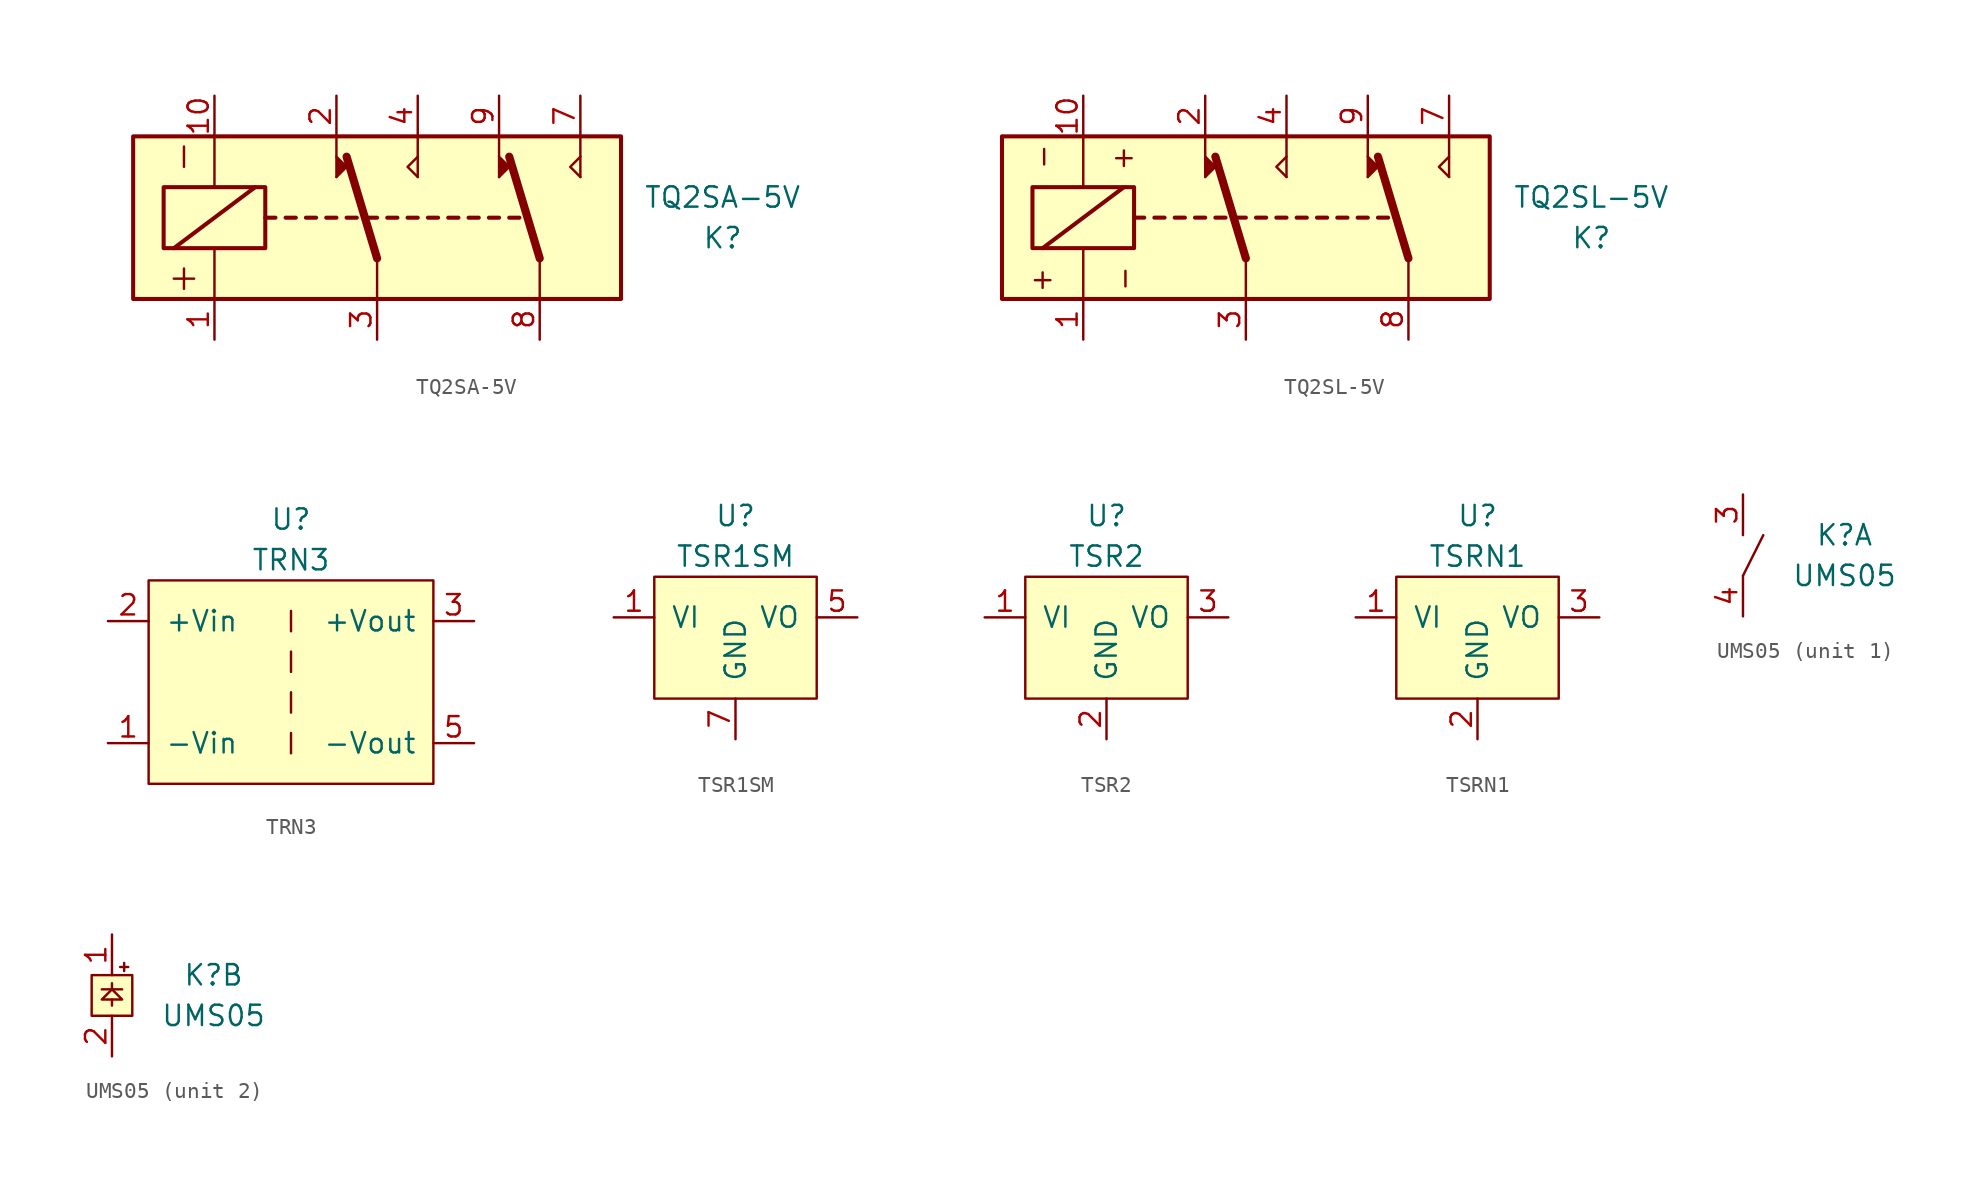
<source format=kicad_sym>
(kicad_symbol_lib
  (version 20211014)
  (generator kicad_symbol_editor)
  (symbol "TQ2SA-5V"
    (pin_names
      (offset 1.016))
    (property "Reference" "K"
      (at 21.59 -1.27 0)
      (effects (font (size 1.27 1.27))))
    (property "Value" "TQ2SA-5V"
      (at 21.59 1.27 0)
      (effects (font (size 1.27 1.27))))
    (symbol "TQ2SA-5V_0_1"
      (polyline (pts (xy -12.7 -3.81) (xy -11.43 -3.81)) (stroke (width 0) (type default) (color 0 0 0 0)) (fill (type none)))
      (polyline (pts (xy -12.065 -3.175) (xy -12.065 -4.445)) (stroke (width 0) (type default) (color 0 0 0 0)) (fill (type none)))
      (polyline (pts (xy -12.065 4.445) (xy -12.065 3.175)) (stroke (width 0) (type default) (color 0 0 0 0)) (fill (type none))))
    (symbol "TQ2SA-5V_1_1"
      (rectangle (start -15.24 5.08) (end 15.24 -5.08) (stroke (width 0.254) (type default) (color 0 0 0 0)) (fill (type background)))
      (rectangle (start -13.335 1.905) (end -6.985 -1.905) (stroke (width 0.254) (type default) (color 0 0 0 0)) (fill (type none)))
      (polyline (pts (xy -12.7 -1.905) (xy -7.62 1.905)) (stroke (width 0.254) (type default) (color 0 0 0 0)) (fill (type none)))
      (polyline (pts (xy -10.16 -5.08) (xy -10.16 -1.905)) (stroke (width 0) (type default) (color 0 0 0 0)) (fill (type none)))
      (polyline (pts (xy -10.16 5.08) (xy -10.16 1.905)) (stroke (width 0) (type default) (color 0 0 0 0)) (fill (type none)))
      (polyline (pts (xy -6.985 0) (xy -6.35 0)) (stroke (width 0.254) (type default) (color 0 0 0 0)) (fill (type none)))
      (polyline (pts (xy -5.715 0) (xy -5.08 0)) (stroke (width 0.254) (type default) (color 0 0 0 0)) (fill (type none)))
      (polyline (pts (xy -4.445 0) (xy -3.81 0)) (stroke (width 0.254) (type default) (color 0 0 0 0)) (fill (type none)))
      (polyline (pts (xy -3.175 0) (xy -2.54 0)) (stroke (width 0.254) (type default) (color 0 0 0 0)) (fill (type none)))
      (polyline (pts (xy -2.54 2.54) (xy -2.54 5.08)) (stroke (width 0) (type default) (color 0 0 0 0)) (fill (type none)))
      (polyline (pts (xy -1.905 0) (xy -1.27 0)) (stroke (width 0.254) (type default) (color 0 0 0 0)) (fill (type none)))
      (polyline (pts (xy -0.635 0) (xy 0 0)) (stroke (width 0.254) (type default) (color 0 0 0 0)) (fill (type none)))
      (polyline (pts (xy 0 -2.54) (xy -1.905 3.81)) (stroke (width 0.508) (type default) (color 0 0 0 0)) (fill (type none)))
      (polyline (pts (xy 0 -2.54) (xy 0 -5.08)) (stroke (width 0) (type default) (color 0 0 0 0)) (fill (type none)))
      (polyline (pts (xy 0.635 0) (xy 1.27 0)) (stroke (width 0.254) (type default) (color 0 0 0 0)) (fill (type none)))
      (polyline (pts (xy 1.905 0) (xy 2.54 0)) (stroke (width 0.254) (type default) (color 0 0 0 0)) (fill (type none)))
      (polyline (pts (xy 2.54 2.54) (xy 2.54 5.08)) (stroke (width 0) (type default) (color 0 0 0 0)) (fill (type none)))
      (polyline (pts (xy 3.175 0) (xy 3.81 0)) (stroke (width 0.254) (type default) (color 0 0 0 0)) (fill (type none)))
      (polyline (pts (xy 4.445 0) (xy 5.08 0)) (stroke (width 0.254) (type default) (color 0 0 0 0)) (fill (type none)))
      (polyline (pts (xy 5.715 0) (xy 6.35 0)) (stroke (width 0.254) (type default) (color 0 0 0 0)) (fill (type none)))
      (polyline (pts (xy 6.985 0) (xy 7.62 0)) (stroke (width 0.254) (type default) (color 0 0 0 0)) (fill (type none)))
      (polyline (pts (xy 7.62 2.54) (xy 7.62 5.08)) (stroke (width 0) (type default) (color 0 0 0 0)) (fill (type none)))
      (polyline (pts (xy 8.255 0) (xy 8.89 0)) (stroke (width 0.254) (type default) (color 0 0 0 0)) (fill (type none)))
      (polyline (pts (xy 10.16 -2.54) (xy 8.255 3.81)) (stroke (width 0.508) (type default) (color 0 0 0 0)) (fill (type none)))
      (polyline (pts (xy 10.16 -2.54) (xy 10.16 -5.08)) (stroke (width 0) (type default) (color 0 0 0 0)) (fill (type none)))
      (polyline (pts (xy 12.7 2.54) (xy 12.7 5.08)) (stroke (width 0) (type default) (color 0 0 0 0)) (fill (type none)))
      (polyline (pts (xy -2.54 2.54) (xy -1.905 3.175) (xy -2.54 3.81)) (stroke (width 0) (type default) (color 0 0 0 0)) (fill (type outline)))
      (polyline (pts (xy 2.54 2.54) (xy 1.905 3.175) (xy 2.54 3.81)) (stroke (width 0) (type default) (color 0 0 0 0)) (fill (type none)))
      (polyline (pts (xy 7.62 2.54) (xy 8.255 3.175) (xy 7.62 3.81)) (stroke (width 0) (type default) (color 0 0 0 0)) (fill (type outline)))
      (polyline (pts (xy 12.7 2.54) (xy 12.065 3.175) (xy 12.7 3.81)) (stroke (width 0) (type default) (color 0 0 0 0)) (fill (type none)))
      (pin passive line (at -10.16 -7.62 90) (length 2.54) (name "~" (effects (font (size 1.27 1.27)))) (number "1" (effects (font (size 1.27 1.27)))))
      (pin passive line (at -10.16 7.62 270) (length 2.54) (name "~" (effects (font (size 1.27 1.27)))) (number "10" (effects (font (size 1.27 1.27)))))
      (pin passive line (at -2.54 7.62 270) (length 2.54) (name "~" (effects (font (size 1.27 1.27)))) (number "2" (effects (font (size 1.27 1.27)))))
      (pin passive line (at 0 -7.62 90) (length 2.54) (name "~" (effects (font (size 1.27 1.27)))) (number "3" (effects (font (size 1.27 1.27)))))
      (pin passive line (at 2.54 7.62 270) (length 2.54) (name "~" (effects (font (size 1.27 1.27)))) (number "4" (effects (font (size 1.27 1.27)))))
      (pin no_connect non_logic (at -5.08 -5.08 270) (length 0) hide (name "~" (effects (font (size 1.27 1.27)))) (number "5" (effects (font (size 1.27 1.27)))))
      (pin no_connect non_logic (at 5.08 -5.08 270) (length 0) hide (name "~" (effects (font (size 1.27 1.27)))) (number "6" (effects (font (size 1.27 1.27)))))
      (pin passive line (at 12.7 7.62 270) (length 2.54) (name "~" (effects (font (size 1.27 1.27)))) (number "7" (effects (font (size 1.27 1.27)))))
      (pin passive line (at 10.16 -7.62 90) (length 2.54) (name "~" (effects (font (size 1.27 1.27)))) (number "8" (effects (font (size 1.27 1.27)))))
      (pin passive line (at 7.62 7.62 270) (length 2.54) (name "~" (effects (font (size 1.27 1.27)))) (number "9" (effects (font (size 1.27 1.27)))))))
  (symbol "TQ2SL-5V"
    (pin_names
      (offset 1.016))
    (property "Reference" "K"
      (at 21.59 -1.27 0)
      (effects (font (size 1.27 1.27))))
    (property "Value" "TQ2SL-5V"
      (at 21.59 1.27 0)
      (effects (font (size 1.27 1.27))))
    (symbol "TQ2SL-5V_0_0"
      (text "+" (at -12.7 -3.81 0) (effects (font (size 1.27 1.27))))
      (text "+" (at -7.62 3.81 0) (effects (font (size 1.27 1.27))))
      (text "-" (at -12.7 3.81 900) (effects (font (size 1.27 1.27))))
      (text "-" (at -7.62 -3.81 900) (effects (font (size 1.27 1.27)))))
    (symbol "TQ2SL-5V_1_1"
      (rectangle (start -15.24 5.08) (end 15.24 -5.08) (stroke (width 0.254) (type default) (color 0 0 0 0)) (fill (type background)))
      (rectangle (start -13.335 1.905) (end -6.985 -1.905) (stroke (width 0.254) (type default) (color 0 0 0 0)) (fill (type none)))
      (polyline (pts (xy -12.7 -1.905) (xy -7.62 1.905)) (stroke (width 0.254) (type default) (color 0 0 0 0)) (fill (type none)))
      (polyline (pts (xy -10.16 -5.08) (xy -10.16 -1.905)) (stroke (width 0) (type default) (color 0 0 0 0)) (fill (type none)))
      (polyline (pts (xy -10.16 5.08) (xy -10.16 1.905)) (stroke (width 0) (type default) (color 0 0 0 0)) (fill (type none)))
      (polyline (pts (xy -6.985 0) (xy -6.35 0)) (stroke (width 0.254) (type default) (color 0 0 0 0)) (fill (type none)))
      (polyline (pts (xy -5.715 0) (xy -5.08 0)) (stroke (width 0.254) (type default) (color 0 0 0 0)) (fill (type none)))
      (polyline (pts (xy -4.445 0) (xy -3.81 0)) (stroke (width 0.254) (type default) (color 0 0 0 0)) (fill (type none)))
      (polyline (pts (xy -3.175 0) (xy -2.54 0)) (stroke (width 0.254) (type default) (color 0 0 0 0)) (fill (type none)))
      (polyline (pts (xy -2.54 2.54) (xy -2.54 5.08)) (stroke (width 0) (type default) (color 0 0 0 0)) (fill (type none)))
      (polyline (pts (xy -1.905 0) (xy -1.27 0)) (stroke (width 0.254) (type default) (color 0 0 0 0)) (fill (type none)))
      (polyline (pts (xy -0.635 0) (xy 0 0)) (stroke (width 0.254) (type default) (color 0 0 0 0)) (fill (type none)))
      (polyline (pts (xy 0 -2.54) (xy -1.905 3.81)) (stroke (width 0.508) (type default) (color 0 0 0 0)) (fill (type none)))
      (polyline (pts (xy 0 -2.54) (xy 0 -5.08)) (stroke (width 0) (type default) (color 0 0 0 0)) (fill (type none)))
      (polyline (pts (xy 0.635 0) (xy 1.27 0)) (stroke (width 0.254) (type default) (color 0 0 0 0)) (fill (type none)))
      (polyline (pts (xy 1.905 0) (xy 2.54 0)) (stroke (width 0.254) (type default) (color 0 0 0 0)) (fill (type none)))
      (polyline (pts (xy 2.54 2.54) (xy 2.54 5.08)) (stroke (width 0) (type default) (color 0 0 0 0)) (fill (type none)))
      (polyline (pts (xy 3.175 0) (xy 3.81 0)) (stroke (width 0.254) (type default) (color 0 0 0 0)) (fill (type none)))
      (polyline (pts (xy 4.445 0) (xy 5.08 0)) (stroke (width 0.254) (type default) (color 0 0 0 0)) (fill (type none)))
      (polyline (pts (xy 5.715 0) (xy 6.35 0)) (stroke (width 0.254) (type default) (color 0 0 0 0)) (fill (type none)))
      (polyline (pts (xy 6.985 0) (xy 7.62 0)) (stroke (width 0.254) (type default) (color 0 0 0 0)) (fill (type none)))
      (polyline (pts (xy 7.62 2.54) (xy 7.62 5.08)) (stroke (width 0) (type default) (color 0 0 0 0)) (fill (type none)))
      (polyline (pts (xy 8.255 0) (xy 8.89 0)) (stroke (width 0.254) (type default) (color 0 0 0 0)) (fill (type none)))
      (polyline (pts (xy 10.16 -2.54) (xy 8.255 3.81)) (stroke (width 0.508) (type default) (color 0 0 0 0)) (fill (type none)))
      (polyline (pts (xy 10.16 -2.54) (xy 10.16 -5.08)) (stroke (width 0) (type default) (color 0 0 0 0)) (fill (type none)))
      (polyline (pts (xy 12.7 2.54) (xy 12.7 5.08)) (stroke (width 0) (type default) (color 0 0 0 0)) (fill (type none)))
      (polyline (pts (xy -2.54 2.54) (xy -1.905 3.175) (xy -2.54 3.81)) (stroke (width 0) (type default) (color 0 0 0 0)) (fill (type outline)))
      (polyline (pts (xy 2.54 2.54) (xy 1.905 3.175) (xy 2.54 3.81)) (stroke (width 0) (type default) (color 0 0 0 0)) (fill (type none)))
      (polyline (pts (xy 7.62 2.54) (xy 8.255 3.175) (xy 7.62 3.81)) (stroke (width 0) (type default) (color 0 0 0 0)) (fill (type outline)))
      (polyline (pts (xy 12.7 2.54) (xy 12.065 3.175) (xy 12.7 3.81)) (stroke (width 0) (type default) (color 0 0 0 0)) (fill (type none)))
      (pin passive line (at -10.16 -7.62 90) (length 2.54) (name "~" (effects (font (size 1.27 1.27)))) (number "1" (effects (font (size 1.27 1.27)))))
      (pin passive line (at -10.16 7.62 270) (length 2.54) (name "~" (effects (font (size 1.27 1.27)))) (number "10" (effects (font (size 1.27 1.27)))))
      (pin passive line (at -2.54 7.62 270) (length 2.54) (name "~" (effects (font (size 1.27 1.27)))) (number "2" (effects (font (size 1.27 1.27)))))
      (pin passive line (at 0 -7.62 90) (length 2.54) (name "~" (effects (font (size 1.27 1.27)))) (number "3" (effects (font (size 1.27 1.27)))))
      (pin passive line (at 2.54 7.62 270) (length 2.54) (name "~" (effects (font (size 1.27 1.27)))) (number "4" (effects (font (size 1.27 1.27)))))
      (pin no_connect non_logic (at -5.08 -5.08 270) (length 0) hide (name "~" (effects (font (size 1.27 1.27)))) (number "5" (effects (font (size 1.27 1.27)))))
      (pin no_connect non_logic (at 5.08 -5.08 270) (length 0) hide (name "~" (effects (font (size 1.27 1.27)))) (number "6" (effects (font (size 1.27 1.27)))))
      (pin passive line (at 12.7 7.62 270) (length 2.54) (name "~" (effects (font (size 1.27 1.27)))) (number "7" (effects (font (size 1.27 1.27)))))
      (pin passive line (at 10.16 -7.62 90) (length 2.54) (name "~" (effects (font (size 1.27 1.27)))) (number "8" (effects (font (size 1.27 1.27)))))
      (pin passive line (at 7.62 7.62 270) (length 2.54) (name "~" (effects (font (size 1.27 1.27)))) (number "9" (effects (font (size 1.27 1.27)))))))
  (symbol "TRN3"
    (pin_names
      (offset 1.016))
    (property "Reference" "U"
      (at 0 10.16 0)
      (effects (font (size 1.27 1.27))))
    (property "Value" "TRN3"
      (at 0 7.62 0)
      (effects (font (size 1.27 1.27))))
    (symbol "TRN3_0_1"
      (rectangle (start -8.89 6.35) (end 8.89 -6.35) (stroke (width 0) (type default) (color 0 0 0 0)) (fill (type background))))
    (symbol "TRN3_1_1"
      (polyline (pts (xy 0 -3.175) (xy 0 -4.445)) (stroke (width 0) (type default) (color 0 0 0 0)) (fill (type none)))
      (polyline (pts (xy 0 -0.635) (xy 0 -1.905)) (stroke (width 0) (type default) (color 0 0 0 0)) (fill (type none)))
      (polyline (pts (xy 0 1.905) (xy 0 0.635)) (stroke (width 0) (type default) (color 0 0 0 0)) (fill (type none)))
      (polyline (pts (xy 0 4.445) (xy 0 3.175)) (stroke (width 0) (type default) (color 0 0 0 0)) (fill (type none)))
      (pin passive line (at -11.43 -3.81 0) (length 2.54) (name "-Vin" (effects (font (size 1.27 1.27)))) (number "1" (effects (font (size 1.27 1.27)))))
      (pin power_in line (at -11.43 3.81 0) (length 2.54) (name "+Vin" (effects (font (size 1.27 1.27)))) (number "2" (effects (font (size 1.27 1.27)))))
      (pin power_out line (at 11.43 3.81 180) (length 2.54) (name "+Vout" (effects (font (size 1.27 1.27)))) (number "3" (effects (font (size 1.27 1.27)))))
      (pin no_connect non_logic (at -8.89 0 180) (length 0) hide (name "NC" (effects (font (size 1.27 1.27)))) (number "4" (effects (font (size 1.27 1.27)))))
      (pin passive line (at 11.43 -3.81 180) (length 2.54) (name "-Vout" (effects (font (size 1.27 1.27)))) (number "5" (effects (font (size 1.27 1.27)))))
      (pin no_connect non_logic (at -8.89 0 180) (length 0) hide (name "NC" (effects (font (size 1.27 1.27)))) (number "6" (effects (font (size 1.27 1.27)))))
      (pin no_connect non_logic (at 8.89 0 0) (length 0) hide (name "NC" (effects (font (size 1.27 1.27)))) (number "7" (effects (font (size 1.27 1.27)))))))
  (symbol "TSR1SM"
    (pin_names
      (offset 1.016))
    (property "Reference" "U"
      (at 0 7.62 0)
      (effects (font (size 1.27 1.27))))
    (property "Value" "TSR1SM"
      (at 0 5.08 0)
      (effects (font (size 1.27 1.27))))
    (symbol "TSR1SM_1_1"
      (rectangle (start -5.08 3.81) (end 5.08 -3.81) (stroke (width 0) (type default) (color 0 0 0 0)) (fill (type background)))
      (pin power_in line (at -7.62 1.27 0) (length 2.54) (name "VI" (effects (font (size 1.27 1.27)))) (number "1" (effects (font (size 1.27 1.27)))))
      (pin no_connect non_logic (at -5.08 -1.27 0) (length 0) hide (name "NC" (effects (font (size 1.27 1.27)))) (number "10" (effects (font (size 1.27 1.27)))))
      (pin power_out line (at 7.62 1.27 180) (length 2.54) (name "VO" (effects (font (size 1.27 1.27)))) (number "5" (effects (font (size 1.27 1.27)))))
      (pin no_connect non_logic (at 5.08 -1.27 180) (length 0) hide (name "NC" (effects (font (size 1.27 1.27)))) (number "6" (effects (font (size 1.27 1.27)))))
      (pin passive line (at 0 -6.35 90) (length 2.54) (name "GND" (effects (font (size 1.27 1.27)))) (number "7" (effects (font (size 1.27 1.27)))))
      (pin passive line (at 0 -6.35 90) (length 2.54) hide (name "GND" (effects (font (size 1.27 1.27)))) (number "9" (effects (font (size 1.27 1.27)))))))
  (symbol "TSR2"
    (pin_names
      (offset 1.016))
    (property "Reference" "U"
      (at 0 7.62 0)
      (effects (font (size 1.27 1.27))))
    (property "Value" "TSR2"
      (at 0 5.08 0)
      (effects (font (size 1.27 1.27))))
    (symbol "TSR2_0_1"
      (rectangle (start -5.08 3.81) (end 5.08 -3.81) (stroke (width 0) (type default) (color 0 0 0 0)) (fill (type background))))
    (symbol "TSR2_1_1"
      (pin power_in line (at -7.62 1.27 0) (length 2.54) (name "VI" (effects (font (size 1.27 1.27)))) (number "1" (effects (font (size 1.27 1.27)))))
      (pin passive line (at 0 -6.35 90) (length 2.54) (name "GND" (effects (font (size 1.27 1.27)))) (number "2" (effects (font (size 1.27 1.27)))))
      (pin power_out line (at 7.62 1.27 180) (length 2.54) (name "VO" (effects (font (size 1.27 1.27)))) (number "3" (effects (font (size 1.27 1.27)))))))
  (symbol "TSRN1"
    (pin_names
      (offset 1.016))
    (property "Reference" "U"
      (at 0 7.62 0)
      (effects (font (size 1.27 1.27))))
    (property "Value" "TSRN1"
      (at 0 5.08 0)
      (effects (font (size 1.27 1.27))))
    (symbol "TSRN1_0_1"
      (rectangle (start -5.08 3.81) (end 5.08 -3.81) (stroke (width 0) (type default) (color 0 0 0 0)) (fill (type background))))
    (symbol "TSRN1_1_1"
      (pin power_in line (at -7.62 1.27 0) (length 2.54) (name "VI" (effects (font (size 1.27 1.27)))) (number "1" (effects (font (size 1.27 1.27)))))
      (pin power_in line (at 0 -6.35 90) (length 2.54) (name "GND" (effects (font (size 1.27 1.27)))) (number "2" (effects (font (size 1.27 1.27)))))
      (pin power_out line (at 7.62 1.27 180) (length 2.54) (name "VO" (effects (font (size 1.27 1.27)))) (number "3" (effects (font (size 1.27 1.27)))))))
  (symbol "UMS05"
    (pin_names
      (offset 1.016))
    (property "Reference" "K"
      (at 6.35 1.27 0)
      (effects (font (size 1.27 1.27))))
    (property "Value" "UMS05"
      (at 6.35 -1.27 0)
      (effects (font (size 1.27 1.27))))
    (symbol "UMS05_1_1"
      (polyline (pts (xy 0 -1.27) (xy 1.27 1.27)) (stroke (width 0) (type default) (color 0 0 0 0)) (fill (type none)))
      (pin passive line (at 0 3.81 270) (length 2.54) (name "~" (effects (font (size 1.27 1.27)))) (number "3" (effects (font (size 1.27 1.27)))))
      (pin passive line (at 0 -3.81 90) (length 2.54) (name "~" (effects (font (size 1.27 1.27)))) (number "4" (effects (font (size 1.27 1.27))))))
    (symbol "UMS05_2_1"
      (polyline (pts (xy 0 -0.254) (xy 0 -0.635)) (stroke (width 0) (type default) (color 0 0 0 0)) (fill (type none)))
      (polyline (pts (xy 0 0.381) (xy 0 0.762)) (stroke (width 0) (type default) (color 0 0 0 0)) (fill (type none)))
      (polyline (pts (xy 0.508 1.778) (xy 1.016 1.778)) (stroke (width 0) (type default) (color 0 0 0 0)) (fill (type none)))
      (polyline (pts (xy 0.635 0.381) (xy -0.635 0.381)) (stroke (width 0) (type default) (color 0 0 0 0)) (fill (type none)))
      (polyline (pts (xy 0.762 2.032) (xy 0.762 1.524)) (stroke (width 0) (type default) (color 0 0 0 0)) (fill (type none)))
      (polyline (pts (xy 0.635 -0.254) (xy -0.635 -0.254) (xy 0 0.381) (xy 0.635 -0.254)) (stroke (width 0) (type default) (color 0 0 0 0)) (fill (type none)))
      (rectangle (start 1.27 1.27) (end -1.27 -1.27) (stroke (width 0) (type default) (color 0 0 0 0)) (fill (type background)))
      (pin passive line (at 0 3.81 270) (length 2.54) (name "~" (effects (font (size 1.27 1.27)))) (number "1" (effects (font (size 1.27 1.27)))))
      (pin passive line (at 0 -3.81 90) (length 2.54) (name "~" (effects (font (size 1.27 1.27)))) (number "2" (effects (font (size 1.27 1.27))))))))
</source>
